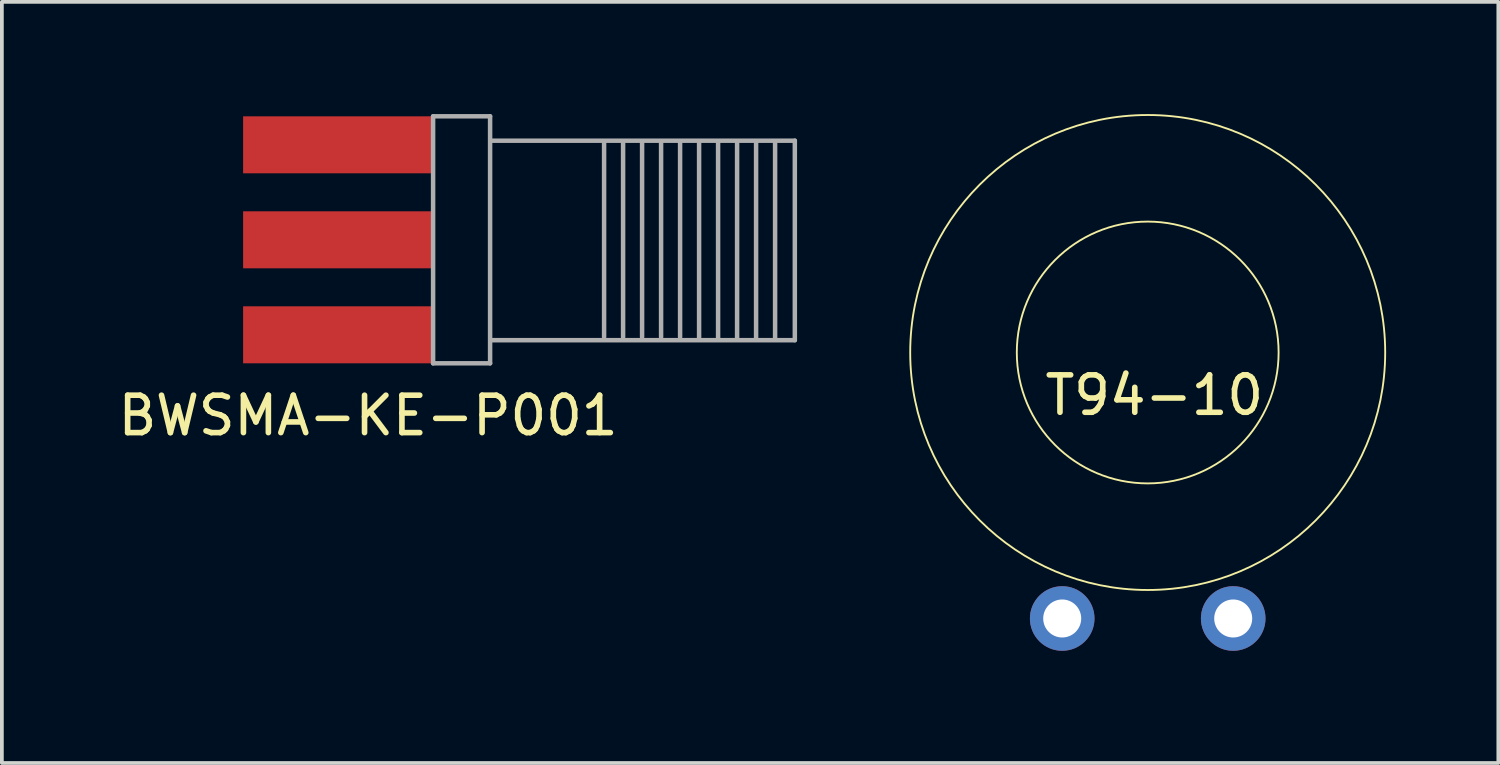
<source format=kicad_pcb>
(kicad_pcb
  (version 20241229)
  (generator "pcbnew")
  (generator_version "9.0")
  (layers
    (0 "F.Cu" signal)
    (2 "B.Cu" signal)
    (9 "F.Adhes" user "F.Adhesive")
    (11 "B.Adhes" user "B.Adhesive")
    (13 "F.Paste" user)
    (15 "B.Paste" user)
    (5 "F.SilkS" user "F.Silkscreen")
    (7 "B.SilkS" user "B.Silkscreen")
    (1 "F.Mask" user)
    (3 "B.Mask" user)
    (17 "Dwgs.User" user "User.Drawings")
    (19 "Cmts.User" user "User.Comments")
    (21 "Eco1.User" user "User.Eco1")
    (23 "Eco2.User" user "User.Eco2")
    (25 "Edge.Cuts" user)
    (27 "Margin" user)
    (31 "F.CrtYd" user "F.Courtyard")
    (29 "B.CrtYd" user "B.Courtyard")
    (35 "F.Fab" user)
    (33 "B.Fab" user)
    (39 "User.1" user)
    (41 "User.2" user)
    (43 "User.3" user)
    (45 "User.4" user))
  (footprint "T94-10"
    (layer "F.Cu")
    (at 27.637 6.375)
    (property "Reference" "T94-10" (at 0.178 1.143 0) (layer "F.SilkS") (effects (font (size 1 1) (thickness 0.15))))
    (attr smd)
    (fp_circle (center 0 0) (end 3.5 0) (stroke (width 0.05) (type solid)) (fill no) (layer "F.SilkS"))
    (fp_circle (center 0 0) (end 6.35 0) (stroke (width 0.05) (type solid)) (fill no) (layer "F.SilkS"))
    (pad "1" thru_hole circle (at -2.286 7.112) (size 1.727 1.727) (drill 1.016) (layers "*.Cu" "*.Mask"))
    (pad "2" thru_hole circle (at 2.286 7.112) (size 1.727 1.727) (drill 1.016) (layers "*.Cu" "*.Mask")))
  (footprint "BWSMA-KE-P001"
    (layer "F.Cu")
    (at 9.292 3.362)
    (property "Reference" "BWSMA-KE-P001" (at -2.5 4.7 0) (layer "F.SilkS") (effects (font (size 1 1) (thickness 0.15))))
    (attr through_hole)
    (fp_line (start -0.762 -3.302) (end -0.762 3.302) (stroke (width 0.12) (type solid)) (layer "F.Fab"))
    (fp_line (start -0.762 -3.302) (end 0.762 -3.302) (stroke (width 0.12) (type solid)) (layer "F.Fab"))
    (fp_line (start -0.762 3.302) (end 0.762 3.302) (stroke (width 0.12) (type solid)) (layer "F.Fab"))
    (fp_line (start 0.762 -3.302) (end 0.762 3.302) (stroke (width 0.12) (type solid)) (layer "F.Fab"))
    (fp_line (start 0.782 2.684) (end 8.91 2.684) (stroke (width 0.12) (type solid)) (layer "F.Fab"))
    (fp_line (start 3.81 -2.6) (end 3.81 2.6) (stroke (width 0.12) (type solid)) (layer "F.Fab"))
    (fp_line (start 4.318 -2.6) (end 4.318 2.6) (stroke (width 0.12) (type solid)) (layer "F.Fab"))
    (fp_line (start 4.826 -2.6) (end 4.826 2.6) (stroke (width 0.12) (type solid)) (layer "F.Fab"))
    (fp_line (start 5.334 -2.6) (end 5.334 2.6) (stroke (width 0.12) (type solid)) (layer "F.Fab"))
    (fp_line (start 5.842 -2.6) (end 5.842 2.6) (stroke (width 0.12) (type solid)) (layer "F.Fab"))
    (fp_line (start 6.35 -2.6) (end 6.35 2.66) (stroke (width 0.12) (type solid)) (layer "F.Fab"))
    (fp_line (start 6.858 -2.6) (end 6.858 2.66) (stroke (width 0.12) (type solid)) (layer "F.Fab"))
    (fp_line (start 7.366 -2.6) (end 7.366 2.66) (stroke (width 0.12) (type solid)) (layer "F.Fab"))
    (fp_line (start 7.874 -2.6) (end 7.874 2.66) (stroke (width 0.12) (type solid)) (layer "F.Fab"))
    (fp_line (start 8.382 -2.6) (end 8.382 2.66) (stroke (width 0.12) (type solid)) (layer "F.Fab"))
    (fp_line (start 8.91 -2.65) (end 0.782 -2.65) (stroke (width 0.12) (type solid)) (layer "F.Fab"))
    (fp_line (start 8.91 2.684) (end 8.91 -2.65) (stroke (width 0.12) (type solid)) (layer "F.Fab"))
    (pad "2" smd rect (at -3.302 -2.54) (size 5.08 1.524) (layers "F.Cu" "F.Mask" "F.Paste"))
    (pad "3" smd rect (at -3.302 2.54) (size 5.08 1.524) (layers "F.Cu" "F.Mask" "F.Paste"))
    (pad "5" smd rect (at -3.302 0) (size 5.08 1.524) (layers "F.Cu" "F.Mask" "F.Paste")))
  (gr_rect
    (start -3 -3)
    (end 37.012 17.351)
    (stroke (width 0.1) (type default))
    (fill no)
    (layer "Edge.Cuts")))
</source>
